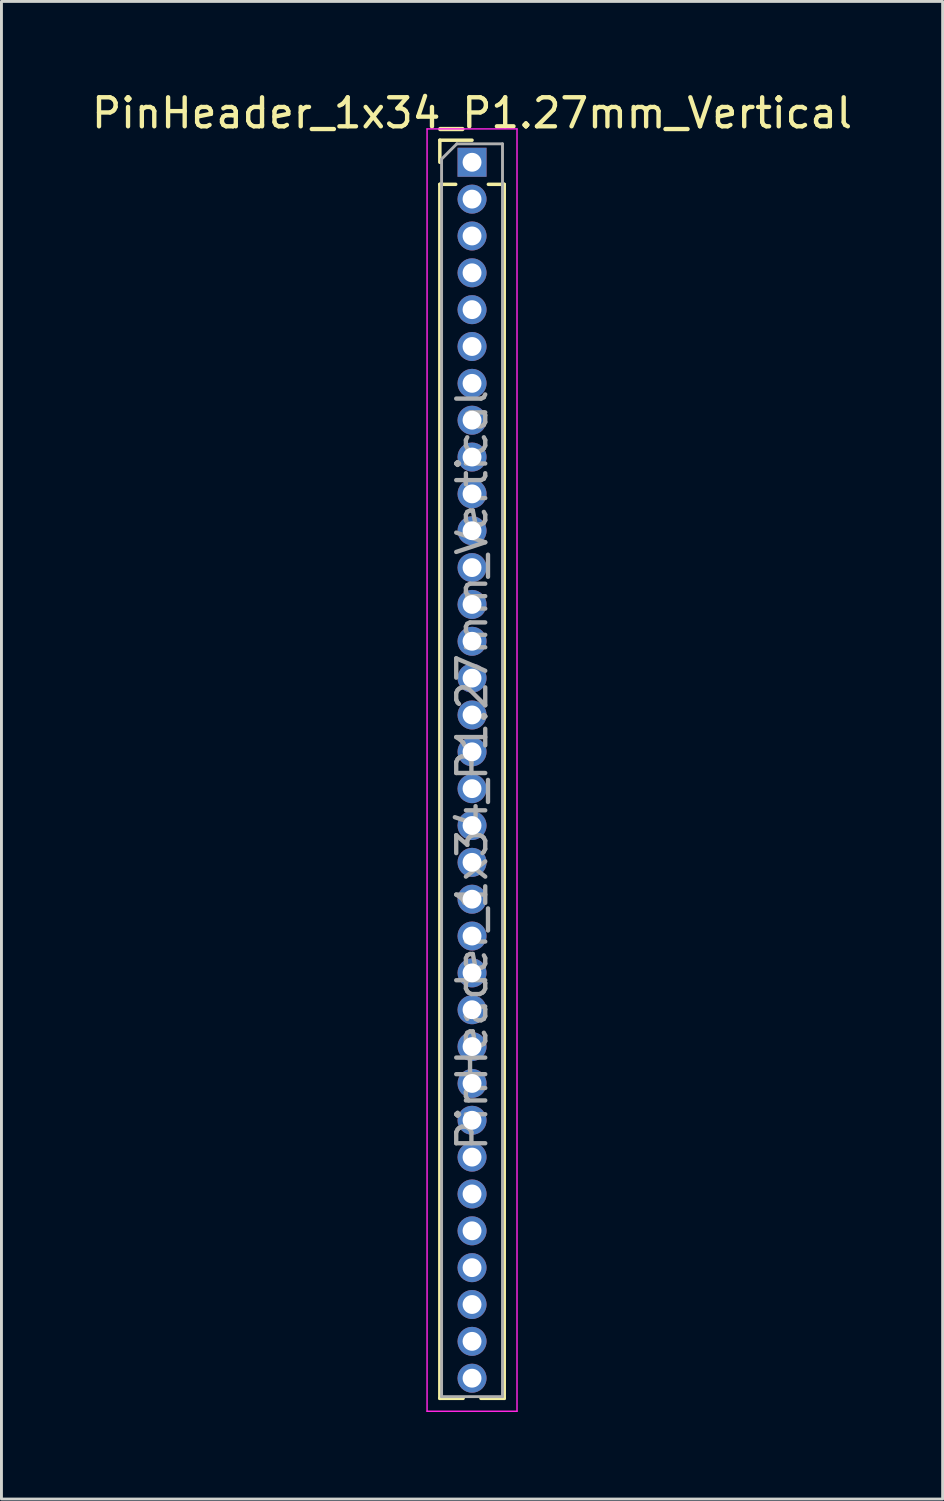
<source format=kicad_pcb>
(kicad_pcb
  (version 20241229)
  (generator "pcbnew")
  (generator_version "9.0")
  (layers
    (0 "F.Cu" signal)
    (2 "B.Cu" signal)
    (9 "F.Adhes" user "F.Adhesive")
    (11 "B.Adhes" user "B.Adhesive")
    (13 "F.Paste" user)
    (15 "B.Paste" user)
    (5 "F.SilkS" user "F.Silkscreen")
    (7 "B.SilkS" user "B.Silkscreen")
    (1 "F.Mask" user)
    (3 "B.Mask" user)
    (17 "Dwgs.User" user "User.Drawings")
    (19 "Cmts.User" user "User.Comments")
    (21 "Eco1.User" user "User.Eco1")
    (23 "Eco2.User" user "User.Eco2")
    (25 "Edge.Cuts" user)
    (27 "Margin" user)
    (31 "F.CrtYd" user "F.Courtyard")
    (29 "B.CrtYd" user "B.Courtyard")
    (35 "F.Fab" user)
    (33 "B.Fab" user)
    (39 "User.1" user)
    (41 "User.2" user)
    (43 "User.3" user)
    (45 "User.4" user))
  (footprint "PinHeader_1x34_P1.27mm_Vertical"
    (layer "F.Cu")
    (at 13.22 2.543)
    (property "Reference" "PinHeader_1x34_P1.27mm_Vertical" (at 0 -1.695 0) (layer "F.SilkS") (effects (font (size 1 1) (thickness 0.15))))
    (attr through_hole)
    (fp_line (start -1.11 -0.76) (end 0 -0.76) (stroke (width 0.12) (type solid)) (layer "F.SilkS"))
    (fp_line (start -1.11 0) (end -1.11 -0.76) (stroke (width 0.12) (type solid)) (layer "F.SilkS"))
    (fp_line (start -1.11 0.76) (end -1.11 42.605) (stroke (width 0.12) (type solid)) (layer "F.SilkS"))
    (fp_line (start -1.11 0.76) (end -0.563 0.76) (stroke (width 0.12) (type solid)) (layer "F.SilkS"))
    (fp_line (start -1.11 42.605) (end -0.308 42.605) (stroke (width 0.12) (type solid)) (layer "F.SilkS"))
    (fp_line (start 0.308 42.605) (end 1.11 42.605) (stroke (width 0.12) (type solid)) (layer "F.SilkS"))
    (fp_line (start 0.563 0.76) (end 1.11 0.76) (stroke (width 0.12) (type solid)) (layer "F.SilkS"))
    (fp_line (start 1.11 0.76) (end 1.11 42.605) (stroke (width 0.12) (type solid)) (layer "F.SilkS"))
    (fp_line (start -1.55 -1.15) (end -1.55 43.05) (stroke (width 0.05) (type solid)) (layer "F.CrtYd"))
    (fp_line (start -1.55 43.05) (end 1.55 43.05) (stroke (width 0.05) (type solid)) (layer "F.CrtYd"))
    (fp_line (start 1.55 -1.15) (end -1.55 -1.15) (stroke (width 0.05) (type solid)) (layer "F.CrtYd"))
    (fp_line (start 1.55 43.05) (end 1.55 -1.15) (stroke (width 0.05) (type solid)) (layer "F.CrtYd"))
    (fp_line (start -1.05 -0.11) (end -0.525 -0.635) (stroke (width 0.1) (type solid)) (layer "F.Fab"))
    (fp_line (start -1.05 42.545) (end -1.05 -0.11) (stroke (width 0.1) (type solid)) (layer "F.Fab"))
    (fp_line (start -0.525 -0.635) (end 1.05 -0.635) (stroke (width 0.1) (type solid)) (layer "F.Fab"))
    (fp_line (start 1.05 -0.635) (end 1.05 42.545) (stroke (width 0.1) (type solid)) (layer "F.Fab"))
    (fp_line (start 1.05 42.545) (end -1.05 42.545) (stroke (width 0.1) (type solid)) (layer "F.Fab"))
    (fp_text user "${REFERENCE}" (at 0 20.955 90) (layer "F.Fab") (effects (font (size 1 1) (thickness 0.15))))
    (pad "1" thru_hole rect (at 0 0) (size 1 1) (drill 0.65) (layers "*.Cu" "*.Mask"))
    (pad "2" thru_hole oval (at 0 1.27) (size 1 1) (drill 0.65) (layers "*.Cu" "*.Mask"))
    (pad "3" thru_hole oval (at 0 2.54) (size 1 1) (drill 0.65) (layers "*.Cu" "*.Mask"))
    (pad "4" thru_hole oval (at 0 3.81) (size 1 1) (drill 0.65) (layers "*.Cu" "*.Mask"))
    (pad "5" thru_hole oval (at 0 5.08) (size 1 1) (drill 0.65) (layers "*.Cu" "*.Mask"))
    (pad "6" thru_hole oval (at 0 6.35) (size 1 1) (drill 0.65) (layers "*.Cu" "*.Mask"))
    (pad "7" thru_hole oval (at 0 7.62) (size 1 1) (drill 0.65) (layers "*.Cu" "*.Mask"))
    (pad "8" thru_hole oval (at 0 8.89) (size 1 1) (drill 0.65) (layers "*.Cu" "*.Mask"))
    (pad "9" thru_hole oval (at 0 10.16) (size 1 1) (drill 0.65) (layers "*.Cu" "*.Mask"))
    (pad "10" thru_hole oval (at 0 11.43) (size 1 1) (drill 0.65) (layers "*.Cu" "*.Mask"))
    (pad "11" thru_hole oval (at 0 12.7) (size 1 1) (drill 0.65) (layers "*.Cu" "*.Mask"))
    (pad "12" thru_hole oval (at 0 13.97) (size 1 1) (drill 0.65) (layers "*.Cu" "*.Mask"))
    (pad "13" thru_hole oval (at 0 15.24) (size 1 1) (drill 0.65) (layers "*.Cu" "*.Mask"))
    (pad "14" thru_hole oval (at 0 16.51) (size 1 1) (drill 0.65) (layers "*.Cu" "*.Mask"))
    (pad "15" thru_hole oval (at 0 17.78) (size 1 1) (drill 0.65) (layers "*.Cu" "*.Mask"))
    (pad "16" thru_hole oval (at 0 19.05) (size 1 1) (drill 0.65) (layers "*.Cu" "*.Mask"))
    (pad "17" thru_hole oval (at 0 20.32) (size 1 1) (drill 0.65) (layers "*.Cu" "*.Mask"))
    (pad "18" thru_hole oval (at 0 21.59) (size 1 1) (drill 0.65) (layers "*.Cu" "*.Mask"))
    (pad "19" thru_hole oval (at 0 22.86) (size 1 1) (drill 0.65) (layers "*.Cu" "*.Mask"))
    (pad "20" thru_hole oval (at 0 24.13) (size 1 1) (drill 0.65) (layers "*.Cu" "*.Mask"))
    (pad "21" thru_hole oval (at 0 25.4) (size 1 1) (drill 0.65) (layers "*.Cu" "*.Mask"))
    (pad "22" thru_hole oval (at 0 26.67) (size 1 1) (drill 0.65) (layers "*.Cu" "*.Mask"))
    (pad "23" thru_hole oval (at 0 27.94) (size 1 1) (drill 0.65) (layers "*.Cu" "*.Mask"))
    (pad "24" thru_hole oval (at 0 29.21) (size 1 1) (drill 0.65) (layers "*.Cu" "*.Mask"))
    (pad "25" thru_hole oval (at 0 30.48) (size 1 1) (drill 0.65) (layers "*.Cu" "*.Mask"))
    (pad "26" thru_hole oval (at 0 31.75) (size 1 1) (drill 0.65) (layers "*.Cu" "*.Mask"))
    (pad "27" thru_hole oval (at 0 33.02) (size 1 1) (drill 0.65) (layers "*.Cu" "*.Mask"))
    (pad "28" thru_hole oval (at 0 34.29) (size 1 1) (drill 0.65) (layers "*.Cu" "*.Mask"))
    (pad "29" thru_hole oval (at 0 35.56) (size 1 1) (drill 0.65) (layers "*.Cu" "*.Mask"))
    (pad "30" thru_hole oval (at 0 36.83) (size 1 1) (drill 0.65) (layers "*.Cu" "*.Mask"))
    (pad "31" thru_hole oval (at 0 38.1) (size 1 1) (drill 0.65) (layers "*.Cu" "*.Mask"))
    (pad "32" thru_hole oval (at 0 39.37) (size 1 1) (drill 0.65) (layers "*.Cu" "*.Mask"))
    (pad "33" thru_hole oval (at 0 40.64) (size 1 1) (drill 0.65) (layers "*.Cu" "*.Mask"))
    (pad "34" thru_hole oval (at 0 41.91) (size 1 1) (drill 0.65) (layers "*.Cu" "*.Mask")))
  (gr_rect
    (start -3 -3)
    (end 29.44 48.618)
    (stroke (width 0.1) (type default))
    (fill no)
    (layer "Edge.Cuts")))
</source>
